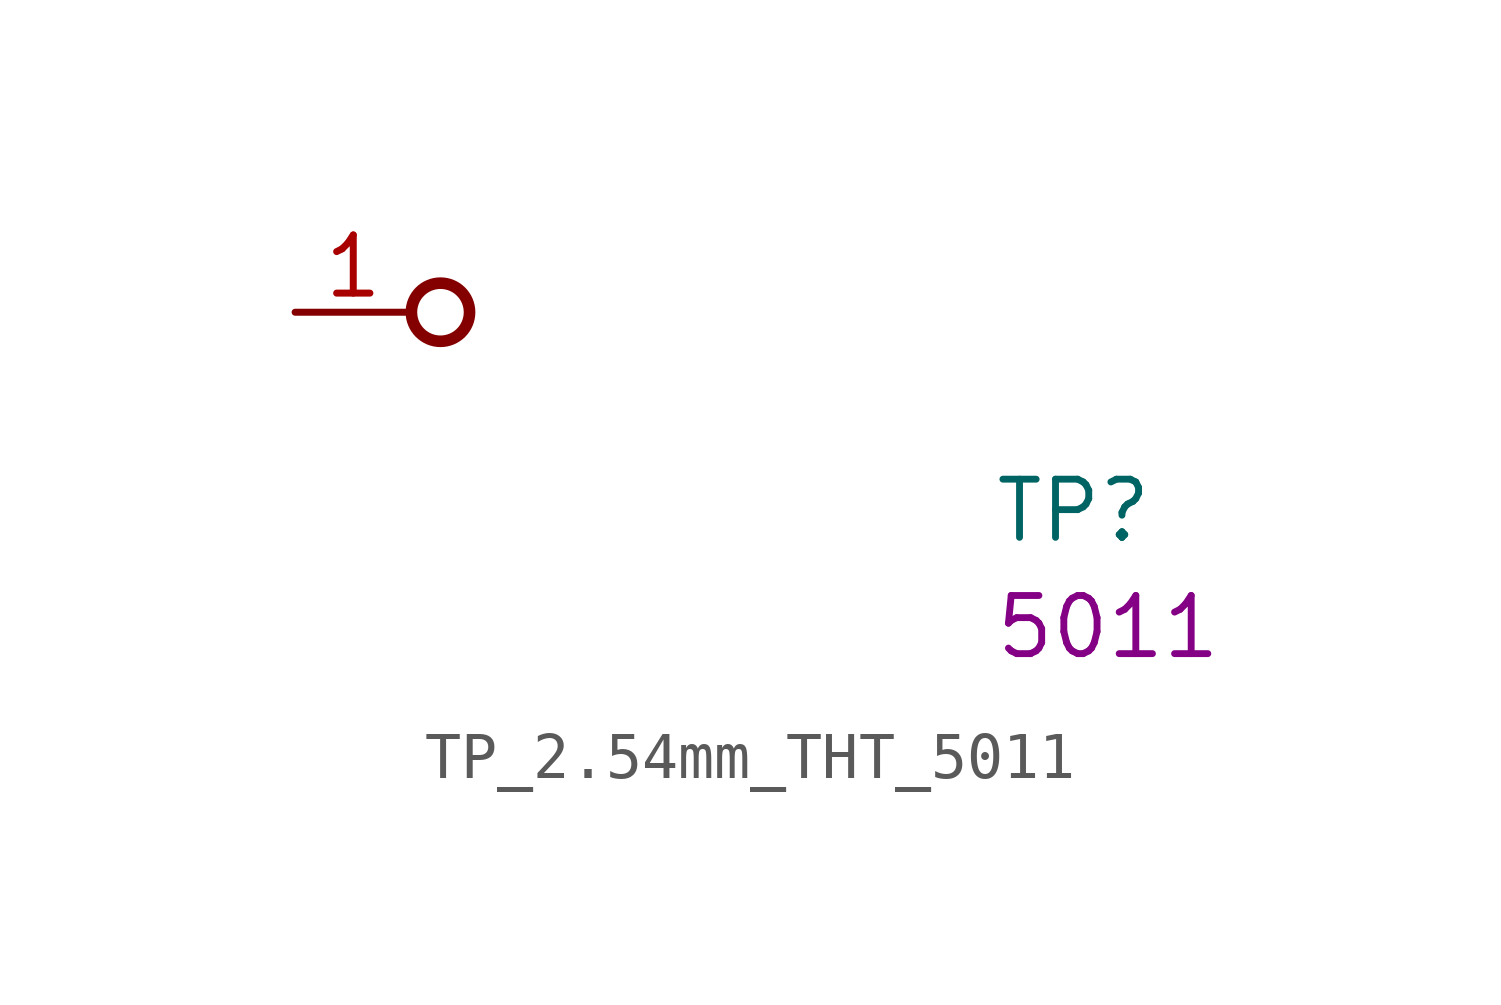
<source format=kicad_sym>
(kicad_symbol_lib
  (version 20220914)
  (generator kicad_symbol_editor)
  (symbol "TP_2.54mm_THT_5011"
    (pin_names hide)
    (property "Reference" "TP"
      (at 15.24 -5.08 0)
      (effects (font (size 1.27 1.27) (thickness 0.15)) (justify left bottom)))
    (property "MPN" "5011"
      (at 15.24 -7.62 0)
      (effects (font (size 1.27 1.27) (thickness 0.15)) (justify left bottom)))
    (symbol "TP_2.54mm_THT_5011_1_1"
      (circle (center 3.175 0) (radius 0.635) (stroke (width 0.254) (type default)) (fill (type none)))
      (pin passive line (at 0 0 0) (length 2.54) (name "1" (effects (font (size 1.27 1.27)))) (number "1" (effects (font (size 1.27 1.27))))))))
</source>
